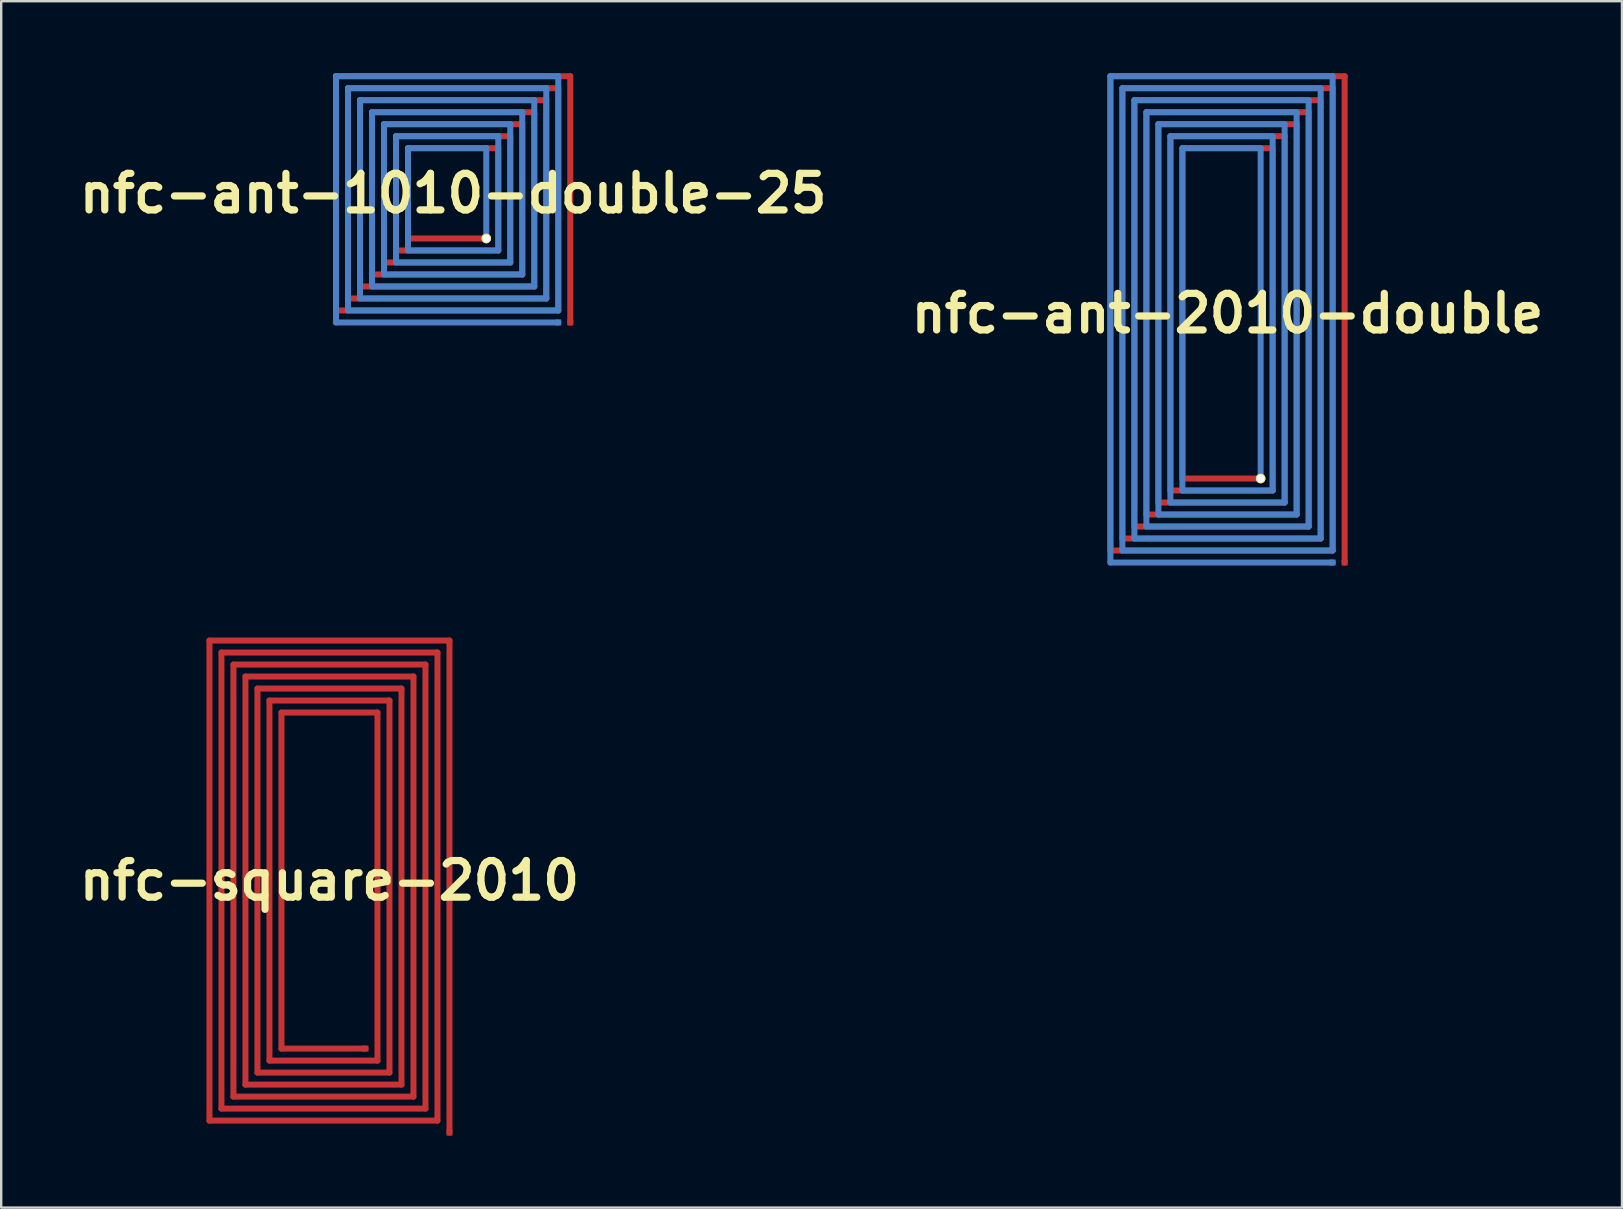
<source format=kicad_pcb>
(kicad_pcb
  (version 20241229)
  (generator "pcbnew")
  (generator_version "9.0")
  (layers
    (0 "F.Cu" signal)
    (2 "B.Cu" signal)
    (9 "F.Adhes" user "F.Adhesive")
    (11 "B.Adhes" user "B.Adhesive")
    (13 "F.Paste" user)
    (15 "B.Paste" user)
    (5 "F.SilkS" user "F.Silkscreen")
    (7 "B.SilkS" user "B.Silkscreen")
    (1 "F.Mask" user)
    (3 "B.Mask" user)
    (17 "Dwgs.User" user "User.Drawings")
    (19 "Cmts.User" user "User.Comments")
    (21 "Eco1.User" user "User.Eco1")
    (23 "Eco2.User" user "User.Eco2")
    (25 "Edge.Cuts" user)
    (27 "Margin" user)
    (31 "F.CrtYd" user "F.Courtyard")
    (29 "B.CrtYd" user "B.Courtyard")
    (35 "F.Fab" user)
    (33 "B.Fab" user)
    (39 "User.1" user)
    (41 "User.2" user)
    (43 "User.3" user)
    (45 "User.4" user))
  (footprint "nfc-ant-1010-double-25"
    (layer "F.Cu")
    (at 15.828 5.005)
    (property "Reference" "nfc-ant-1010-double-25" (at 0 0 0) (layer "F.SilkS") (effects (font (size 1.524 1.524) (thickness 0.3))))
    (attr through_hole)
    (fp_line (start -4.88 -4.88) (end -4.88 4.88) (stroke (width 0.25) (type solid)) (layer "F.Cu"))
    (fp_line (start -4.88 4.88) (end 4.38 4.88) (stroke (width 0.25) (type solid)) (layer "F.Cu"))
    (fp_line (start -4.38 -4.38) (end -4.38 4.38) (stroke (width 0.25) (type solid)) (layer "F.Cu"))
    (fp_line (start -4.38 4.38) (end 3.88 4.38) (stroke (width 0.25) (type solid)) (layer "F.Cu"))
    (fp_line (start -3.88 -3.88) (end -3.88 3.88) (stroke (width 0.25) (type solid)) (layer "F.Cu"))
    (fp_line (start -3.88 3.88) (end 3.38 3.88) (stroke (width 0.25) (type solid)) (layer "F.Cu"))
    (fp_line (start -3.38 -3.38) (end -3.38 3.38) (stroke (width 0.25) (type solid)) (layer "F.Cu"))
    (fp_line (start -3.38 3.38) (end 2.88 3.38) (stroke (width 0.25) (type solid)) (layer "F.Cu"))
    (fp_line (start -2.88 -2.88) (end -2.88 2.88) (stroke (width 0.25) (type solid)) (layer "F.Cu"))
    (fp_line (start -2.88 2.88) (end 2.38 2.88) (stroke (width 0.25) (type solid)) (layer "F.Cu"))
    (fp_line (start -2.38 -2.38) (end -2.38 2.38) (stroke (width 0.25) (type solid)) (layer "F.Cu"))
    (fp_line (start -2.38 2.38) (end 1.88 2.38) (stroke (width 0.25) (type solid)) (layer "F.Cu"))
    (fp_line (start -1.88 -1.88) (end -1.88 1.88) (stroke (width 0.25) (type solid)) (layer "F.Cu"))
    (fp_line (start -1.88 1.88) (end 1.38 1.88) (stroke (width 0.25) (type solid)) (layer "F.Cu"))
    (fp_line (start 1.88 -1.88) (end -1.88 -1.88) (stroke (width 0.25) (type solid)) (layer "F.Cu"))
    (fp_line (start 1.88 2.38) (end 1.88 -1.88) (stroke (width 0.25) (type solid)) (layer "F.Cu"))
    (fp_line (start 2.38 -2.38) (end -2.38 -2.38) (stroke (width 0.25) (type solid)) (layer "F.Cu"))
    (fp_line (start 2.38 2.88) (end 2.38 -2.38) (stroke (width 0.25) (type solid)) (layer "F.Cu"))
    (fp_line (start 2.88 -2.88) (end -2.88 -2.88) (stroke (width 0.25) (type solid)) (layer "F.Cu"))
    (fp_line (start 2.88 3.38) (end 2.88 -2.88) (stroke (width 0.25) (type solid)) (layer "F.Cu"))
    (fp_line (start 3.38 -3.38) (end -3.38 -3.38) (stroke (width 0.25) (type solid)) (layer "F.Cu"))
    (fp_line (start 3.38 3.88) (end 3.38 -3.38) (stroke (width 0.25) (type solid)) (layer "F.Cu"))
    (fp_line (start 3.88 -3.88) (end -3.88 -3.88) (stroke (width 0.25) (type solid)) (layer "F.Cu"))
    (fp_line (start 3.88 4.38) (end 3.88 -3.88) (stroke (width 0.25) (type solid)) (layer "F.Cu"))
    (fp_line (start 4.38 -4.38) (end -4.38 -4.38) (stroke (width 0.25) (type solid)) (layer "F.Cu"))
    (fp_line (start 4.38 4.88) (end 4.38 -4.38) (stroke (width 0.25) (type solid)) (layer "F.Cu"))
    (fp_line (start 4.88 -4.88) (end -4.88 -4.88) (stroke (width 0.25) (type solid)) (layer "F.Cu"))
    (fp_line (start 4.88 5.38) (end 4.88 -4.88) (stroke (width 0.25) (type solid)) (layer "F.Cu"))
    (fp_line (start -4.88 -4.88) (end -4.88 5.38) (stroke (width 0.25) (type solid)) (layer "B.Cu"))
    (fp_line (start -4.88 5.38) (end 4.38 5.38) (stroke (width 0.25) (type solid)) (layer "B.Cu"))
    (fp_line (start -4.38 -4.38) (end -4.38 4.88) (stroke (width 0.25) (type solid)) (layer "B.Cu"))
    (fp_line (start -4.38 4.88) (end 4.38 4.88) (stroke (width 0.25) (type solid)) (layer "B.Cu"))
    (fp_line (start -3.88 -3.88) (end -3.88 4.38) (stroke (width 0.25) (type solid)) (layer "B.Cu"))
    (fp_line (start -3.88 4.38) (end 3.88 4.38) (stroke (width 0.25) (type solid)) (layer "B.Cu"))
    (fp_line (start -3.38 -3.38) (end -3.38 3.88) (stroke (width 0.25) (type solid)) (layer "B.Cu"))
    (fp_line (start -3.38 3.88) (end 3.38 3.88) (stroke (width 0.25) (type solid)) (layer "B.Cu"))
    (fp_line (start -2.88 -2.88) (end -2.88 3.38) (stroke (width 0.25) (type solid)) (layer "B.Cu"))
    (fp_line (start -2.88 3.38) (end 2.88 3.38) (stroke (width 0.25) (type solid)) (layer "B.Cu"))
    (fp_line (start -2.38 -2.38) (end -2.38 2.88) (stroke (width 0.25) (type solid)) (layer "B.Cu"))
    (fp_line (start -2.38 2.88) (end 2.38 2.88) (stroke (width 0.25) (type solid)) (layer "B.Cu"))
    (fp_line (start -1.88 -1.88) (end -1.88 2.38) (stroke (width 0.25) (type solid)) (layer "B.Cu"))
    (fp_line (start -1.88 2.38) (end 1.88 2.38) (stroke (width 0.25) (type solid)) (layer "B.Cu"))
    (fp_line (start 1.38 -1.88) (end -1.88 -1.88) (stroke (width 0.25) (type solid)) (layer "B.Cu"))
    (fp_line (start 1.38 1.88) (end 1.38 -1.88) (stroke (width 0.25) (type solid)) (layer "B.Cu"))
    (fp_line (start 1.88 -2.38) (end -2.38 -2.38) (stroke (width 0.25) (type solid)) (layer "B.Cu"))
    (fp_line (start 1.88 2.38) (end 1.88 -2.38) (stroke (width 0.25) (type solid)) (layer "B.Cu"))
    (fp_line (start 2.38 -2.88) (end -2.88 -2.88) (stroke (width 0.25) (type solid)) (layer "B.Cu"))
    (fp_line (start 2.38 2.88) (end 2.38 -2.88) (stroke (width 0.25) (type solid)) (layer "B.Cu"))
    (fp_line (start 2.88 -3.38) (end -3.38 -3.38) (stroke (width 0.25) (type solid)) (layer "B.Cu"))
    (fp_line (start 2.88 3.38) (end 2.88 -3.38) (stroke (width 0.25) (type solid)) (layer "B.Cu"))
    (fp_line (start 3.38 -3.88) (end -3.88 -3.88) (stroke (width 0.25) (type solid)) (layer "B.Cu"))
    (fp_line (start 3.38 3.88) (end 3.38 -3.88) (stroke (width 0.25) (type solid)) (layer "B.Cu"))
    (fp_line (start 3.88 -4.38) (end -4.38 -4.38) (stroke (width 0.25) (type solid)) (layer "B.Cu"))
    (fp_line (start 3.88 4.38) (end 3.88 -4.38) (stroke (width 0.25) (type solid)) (layer "B.Cu"))
    (fp_line (start 4.38 -4.88) (end -4.88 -4.88) (stroke (width 0.25) (type solid)) (layer "B.Cu"))
    (fp_line (start 4.38 4.88) (end 4.38 -4.88) (stroke (width 0.25) (type solid)) (layer "B.Cu"))
    (pad "" thru_hole circle (at 1.38 1.88) (size 0.4 0.4) (drill 0.3) (layers "*.Cu" "*.Mask" "F.SilkS"))
    (pad "1" smd rect (at 4.88 5.38) (size 0.25 0.25) (layers "F.Cu"))
    (pad "2" smd rect (at 4.38 5.38) (size 0.25 0.25) (layers "B.Cu")))
  (footprint "nfc-square-2010"
    (layer "F.Cu")
    (at 10.675 33.635)
    (property "Reference" "nfc-square-2010" (at 0 0 0) (layer "F.SilkS") (effects (font (size 1.524 1.524) (thickness 0.3))))
    (attr through_hole)
    (fp_line (start -5 -10) (end -5 10) (stroke (width 0.25) (type solid)) (layer "F.Cu"))
    (fp_line (start -5 10) (end 4.5 10) (stroke (width 0.25) (type solid)) (layer "F.Cu"))
    (fp_line (start -4.5 -9.5) (end -4.5 9.5) (stroke (width 0.25) (type solid)) (layer "F.Cu"))
    (fp_line (start -4.5 9.5) (end 4 9.5) (stroke (width 0.25) (type solid)) (layer "F.Cu"))
    (fp_line (start -4 -9) (end -4 9) (stroke (width 0.25) (type solid)) (layer "F.Cu"))
    (fp_line (start -4 9) (end 3.5 9) (stroke (width 0.25) (type solid)) (layer "F.Cu"))
    (fp_line (start -3.5 -8.5) (end -3.5 8.5) (stroke (width 0.25) (type solid)) (layer "F.Cu"))
    (fp_line (start -3.5 8.5) (end 3 8.5) (stroke (width 0.25) (type solid)) (layer "F.Cu"))
    (fp_line (start -3 -8) (end -3 8) (stroke (width 0.25) (type solid)) (layer "F.Cu"))
    (fp_line (start -3 8) (end 2.5 8) (stroke (width 0.25) (type solid)) (layer "F.Cu"))
    (fp_line (start -2.5 -7.5) (end -2.5 7.5) (stroke (width 0.25) (type solid)) (layer "F.Cu"))
    (fp_line (start -2.5 7.5) (end 2 7.5) (stroke (width 0.25) (type solid)) (layer "F.Cu"))
    (fp_line (start -2 -7) (end -2 7) (stroke (width 0.25) (type solid)) (layer "F.Cu"))
    (fp_line (start -2 7) (end 1.5 7) (stroke (width 0.25) (type solid)) (layer "F.Cu"))
    (fp_line (start 2 -7) (end -2 -7) (stroke (width 0.25) (type solid)) (layer "F.Cu"))
    (fp_line (start 2 7.5) (end 2 -7) (stroke (width 0.25) (type solid)) (layer "F.Cu"))
    (fp_line (start 2.5 -7.5) (end -2.5 -7.5) (stroke (width 0.25) (type solid)) (layer "F.Cu"))
    (fp_line (start 2.5 8) (end 2.5 -7.5) (stroke (width 0.25) (type solid)) (layer "F.Cu"))
    (fp_line (start 3 -8) (end -3 -8) (stroke (width 0.25) (type solid)) (layer "F.Cu"))
    (fp_line (start 3 8.5) (end 3 -8) (stroke (width 0.25) (type solid)) (layer "F.Cu"))
    (fp_line (start 3.5 -8.5) (end -3.5 -8.5) (stroke (width 0.25) (type solid)) (layer "F.Cu"))
    (fp_line (start 3.5 9) (end 3.5 -8.5) (stroke (width 0.25) (type solid)) (layer "F.Cu"))
    (fp_line (start 4 -9) (end -4 -9) (stroke (width 0.25) (type solid)) (layer "F.Cu"))
    (fp_line (start 4 9.5) (end 4 -9) (stroke (width 0.25) (type solid)) (layer "F.Cu"))
    (fp_line (start 4.5 -9.5) (end -4.5 -9.5) (stroke (width 0.25) (type solid)) (layer "F.Cu"))
    (fp_line (start 4.5 10) (end 4.5 -9.5) (stroke (width 0.25) (type solid)) (layer "F.Cu"))
    (fp_line (start 5 -10) (end -5 -10) (stroke (width 0.25) (type solid)) (layer "F.Cu"))
    (fp_line (start 5 10.5) (end 5 -10) (stroke (width 0.25) (type solid)) (layer "F.Cu"))
    (pad "1" smd rect (at 5 10.5) (size 0.25 0.25) (layers "F.Cu"))
    (pad "2" smd rect (at 1.5 7) (size 0.25 0.25) (layers "F.Cu")))
  (footprint "nfc-ant-2010-double"
    (layer "F.Cu")
    (at 48.089 10.005)
    (property "Reference" "nfc-ant-2010-double" (at 0 0 0) (layer "F.SilkS") (effects (font (size 1.524 1.524) (thickness 0.3))))
    (attr through_hole)
    (fp_line (start -4.88 -9.88) (end -4.88 9.88) (stroke (width 0.25) (type solid)) (layer "F.Cu"))
    (fp_line (start -4.88 9.88) (end 4.38 9.88) (stroke (width 0.25) (type solid)) (layer "F.Cu"))
    (fp_line (start -4.38 -9.38) (end -4.38 9.38) (stroke (width 0.25) (type solid)) (layer "F.Cu"))
    (fp_line (start -4.38 9.38) (end 3.88 9.38) (stroke (width 0.25) (type solid)) (layer "F.Cu"))
    (fp_line (start -3.88 -8.88) (end -3.88 8.88) (stroke (width 0.25) (type solid)) (layer "F.Cu"))
    (fp_line (start -3.88 8.88) (end 3.38 8.88) (stroke (width 0.25) (type solid)) (layer "F.Cu"))
    (fp_line (start -3.38 -8.38) (end -3.38 8.38) (stroke (width 0.25) (type solid)) (layer "F.Cu"))
    (fp_line (start -3.38 8.38) (end 2.88 8.38) (stroke (width 0.25) (type solid)) (layer "F.Cu"))
    (fp_line (start -2.88 -7.88) (end -2.88 7.88) (stroke (width 0.25) (type solid)) (layer "F.Cu"))
    (fp_line (start -2.88 7.88) (end 2.38 7.88) (stroke (width 0.25) (type solid)) (layer "F.Cu"))
    (fp_line (start -2.38 -7.38) (end -2.38 7.38) (stroke (width 0.25) (type solid)) (layer "F.Cu"))
    (fp_line (start -2.38 7.38) (end 1.88 7.38) (stroke (width 0.25) (type solid)) (layer "F.Cu"))
    (fp_line (start -1.88 -6.88) (end -1.88 6.88) (stroke (width 0.25) (type solid)) (layer "F.Cu"))
    (fp_line (start -1.88 6.88) (end 1.38 6.88) (stroke (width 0.25) (type solid)) (layer "F.Cu"))
    (fp_line (start 1.88 -6.88) (end -1.88 -6.88) (stroke (width 0.25) (type solid)) (layer "F.Cu"))
    (fp_line (start 1.88 7.38) (end 1.88 -6.88) (stroke (width 0.25) (type solid)) (layer "F.Cu"))
    (fp_line (start 2.38 -7.38) (end -2.38 -7.38) (stroke (width 0.25) (type solid)) (layer "F.Cu"))
    (fp_line (start 2.38 7.88) (end 2.38 -7.38) (stroke (width 0.25) (type solid)) (layer "F.Cu"))
    (fp_line (start 2.88 -7.88) (end -2.88 -7.88) (stroke (width 0.25) (type solid)) (layer "F.Cu"))
    (fp_line (start 2.88 8.38) (end 2.88 -7.88) (stroke (width 0.25) (type solid)) (layer "F.Cu"))
    (fp_line (start 3.38 -8.38) (end -3.38 -8.38) (stroke (width 0.25) (type solid)) (layer "F.Cu"))
    (fp_line (start 3.38 8.88) (end 3.38 -8.38) (stroke (width 0.25) (type solid)) (layer "F.Cu"))
    (fp_line (start 3.88 -8.88) (end -3.88 -8.88) (stroke (width 0.25) (type solid)) (layer "F.Cu"))
    (fp_line (start 3.88 9.38) (end 3.88 -8.88) (stroke (width 0.25) (type solid)) (layer "F.Cu"))
    (fp_line (start 4.38 -9.38) (end -4.38 -9.38) (stroke (width 0.25) (type solid)) (layer "F.Cu"))
    (fp_line (start 4.38 9.88) (end 4.38 -9.38) (stroke (width 0.25) (type solid)) (layer "F.Cu"))
    (fp_line (start 4.88 -9.88) (end -4.88 -9.88) (stroke (width 0.25) (type solid)) (layer "F.Cu"))
    (fp_line (start 4.88 10.38) (end 4.88 -9.88) (stroke (width 0.25) (type solid)) (layer "F.Cu"))
    (fp_line (start -4.88 -9.88) (end -4.88 10.38) (stroke (width 0.25) (type solid)) (layer "B.Cu"))
    (fp_line (start -4.88 10.38) (end 4.38 10.38) (stroke (width 0.25) (type solid)) (layer "B.Cu"))
    (fp_line (start -4.38 -9.38) (end -4.38 9.88) (stroke (width 0.25) (type solid)) (layer "B.Cu"))
    (fp_line (start -4.38 9.88) (end 4.38 9.88) (stroke (width 0.25) (type solid)) (layer "B.Cu"))
    (fp_line (start -3.88 -8.88) (end -3.88 9.38) (stroke (width 0.25) (type solid)) (layer "B.Cu"))
    (fp_line (start -3.88 9.38) (end 3.88 9.38) (stroke (width 0.25) (type solid)) (layer "B.Cu"))
    (fp_line (start -3.38 -8.38) (end -3.38 8.88) (stroke (width 0.25) (type solid)) (layer "B.Cu"))
    (fp_line (start -3.38 8.88) (end 3.38 8.88) (stroke (width 0.25) (type solid)) (layer "B.Cu"))
    (fp_line (start -2.88 -7.88) (end -2.88 8.38) (stroke (width 0.25) (type solid)) (layer "B.Cu"))
    (fp_line (start -2.88 8.38) (end 2.88 8.38) (stroke (width 0.25) (type solid)) (layer "B.Cu"))
    (fp_line (start -2.38 -7.38) (end -2.38 7.88) (stroke (width 0.25) (type solid)) (layer "B.Cu"))
    (fp_line (start -2.38 7.88) (end 2.38 7.88) (stroke (width 0.25) (type solid)) (layer "B.Cu"))
    (fp_line (start -1.88 -6.88) (end -1.88 7.38) (stroke (width 0.25) (type solid)) (layer "B.Cu"))
    (fp_line (start -1.88 7.38) (end 1.88 7.38) (stroke (width 0.25) (type solid)) (layer "B.Cu"))
    (fp_line (start 1.38 -6.88) (end -1.88 -6.88) (stroke (width 0.25) (type solid)) (layer "B.Cu"))
    (fp_line (start 1.38 6.88) (end 1.38 -6.88) (stroke (width 0.25) (type solid)) (layer "B.Cu"))
    (fp_line (start 1.88 -7.38) (end -2.38 -7.38) (stroke (width 0.25) (type solid)) (layer "B.Cu"))
    (fp_line (start 1.88 7.38) (end 1.88 -7.38) (stroke (width 0.25) (type solid)) (layer "B.Cu"))
    (fp_line (start 2.38 -7.88) (end -2.88 -7.88) (stroke (width 0.25) (type solid)) (layer "B.Cu"))
    (fp_line (start 2.38 7.88) (end 2.38 -7.88) (stroke (width 0.25) (type solid)) (layer "B.Cu"))
    (fp_line (start 2.88 -8.38) (end -3.38 -8.38) (stroke (width 0.25) (type solid)) (layer "B.Cu"))
    (fp_line (start 2.88 8.38) (end 2.88 -8.38) (stroke (width 0.25) (type solid)) (layer "B.Cu"))
    (fp_line (start 3.38 -8.88) (end -3.88 -8.88) (stroke (width 0.25) (type solid)) (layer "B.Cu"))
    (fp_line (start 3.38 8.88) (end 3.38 -8.88) (stroke (width 0.25) (type solid)) (layer "B.Cu"))
    (fp_line (start 3.88 -9.38) (end -4.38 -9.38) (stroke (width 0.25) (type solid)) (layer "B.Cu"))
    (fp_line (start 3.88 9.38) (end 3.88 -9.38) (stroke (width 0.25) (type solid)) (layer "B.Cu"))
    (fp_line (start 4.38 -9.88) (end -4.88 -9.88) (stroke (width 0.25) (type solid)) (layer "B.Cu"))
    (fp_line (start 4.38 9.88) (end 4.38 -9.88) (stroke (width 0.25) (type solid)) (layer "B.Cu"))
    (pad "" thru_hole circle (at 1.38 6.88) (size 0.4 0.4) (drill 0.3) (layers "*.Cu" "*.Mask" "F.SilkS"))
    (pad "1" smd rect (at 4.88 10.38) (size 0.25 0.25) (layers "F.Cu"))
    (pad "2" smd rect (at 4.38 10.38) (size 0.25 0.25) (layers "B.Cu")))
  (gr_rect
    (start -3 -3)
    (end 64.522 47.26)
    (stroke (width 0.1) (type default))
    (fill no)
    (layer "Edge.Cuts")))
</source>
